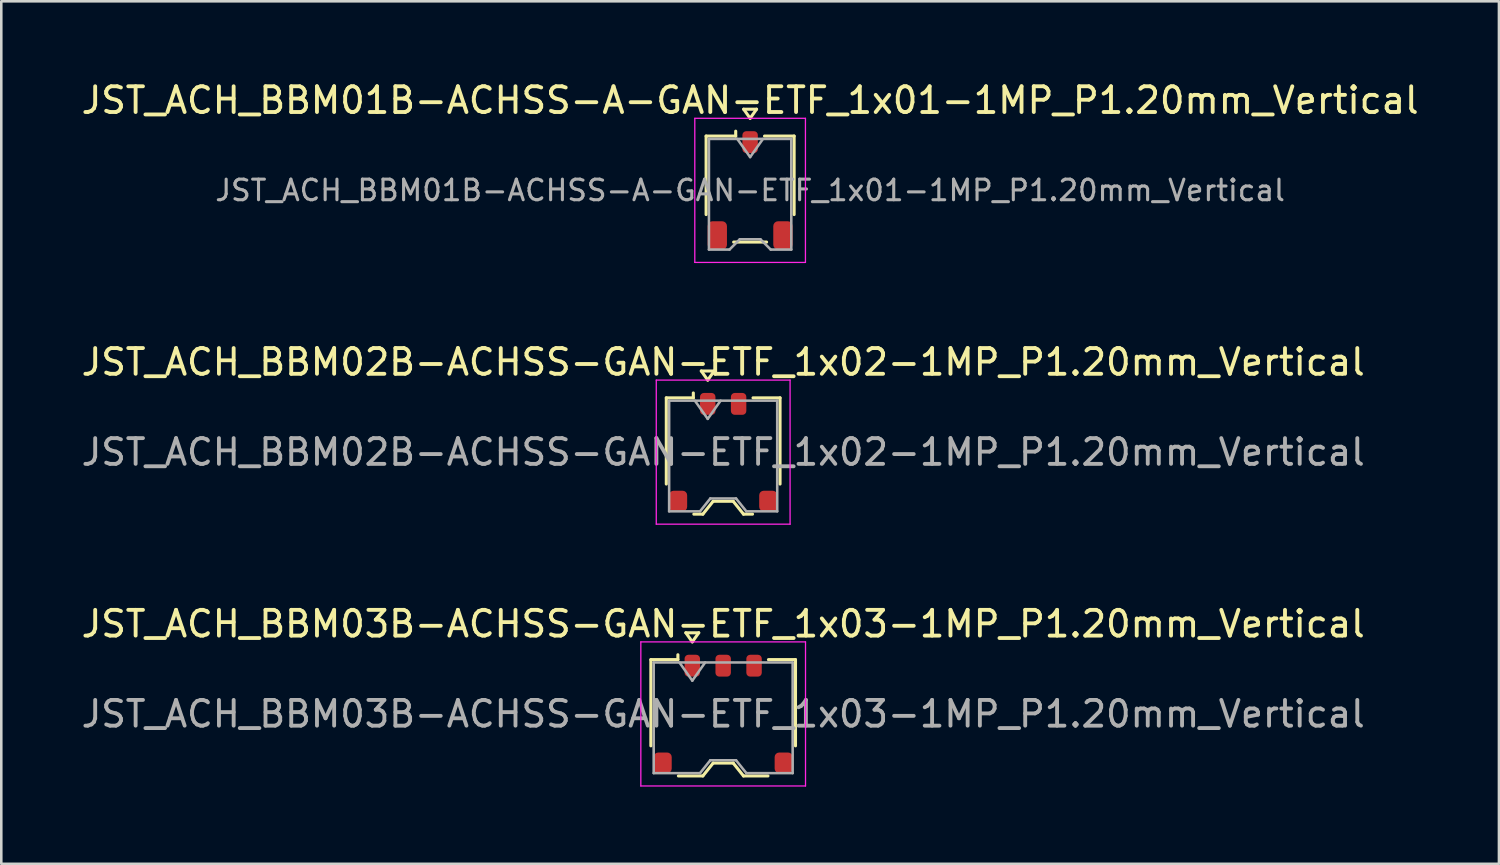
<source format=kicad_pcb>
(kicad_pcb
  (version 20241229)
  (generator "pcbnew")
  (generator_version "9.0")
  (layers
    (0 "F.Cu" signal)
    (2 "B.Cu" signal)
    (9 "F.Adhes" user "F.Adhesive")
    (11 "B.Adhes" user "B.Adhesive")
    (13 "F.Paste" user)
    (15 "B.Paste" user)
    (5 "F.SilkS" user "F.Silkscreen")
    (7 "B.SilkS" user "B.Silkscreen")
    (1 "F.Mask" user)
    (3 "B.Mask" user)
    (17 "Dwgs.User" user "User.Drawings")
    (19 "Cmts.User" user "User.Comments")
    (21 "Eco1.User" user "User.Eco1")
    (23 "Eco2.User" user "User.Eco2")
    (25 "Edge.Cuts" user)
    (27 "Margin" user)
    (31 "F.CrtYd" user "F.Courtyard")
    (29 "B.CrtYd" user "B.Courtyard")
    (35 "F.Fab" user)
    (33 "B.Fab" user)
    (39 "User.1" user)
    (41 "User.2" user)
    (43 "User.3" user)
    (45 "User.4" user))
  (footprint "JST_ACH_BBM02B-ACHSS-GAN-ETF_1x02-1MP_P1.20mm_Vertical"
    (layer "F.Cu")
    (at 25.054 14.521)
    (property "Reference" "JST_ACH_BBM02B-ACHSS-GAN-ETF_1x02-1MP_P1.20mm_Vertical" (at 0 -3.5 0) (layer "F.SilkS") (effects (font (size 1 1) (thickness 0.15))))
    (attr smd)
    (fp_line (start -2.21 -2.11) (end -1.16 -2.11) (stroke (width 0.12) (type solid)) (layer "F.SilkS"))
    (fp_line (start -2.21 1.24) (end -2.21 -2.11) (stroke (width 0.12) (type solid)) (layer "F.SilkS"))
    (fp_line (start -1.16 -2.11) (end -1.16 -2.3) (stroke (width 0.12) (type solid)) (layer "F.SilkS"))
    (fp_line (start -1.14 2.41) (end -0.79 2.41) (stroke (width 0.12) (type solid)) (layer "F.SilkS"))
    (fp_line (start -0.85 -3.154) (end -0.6 -2.8) (stroke (width 0.12) (type solid)) (layer "F.SilkS"))
    (fp_line (start -0.79 2.41) (end -0.39 1.91) (stroke (width 0.12) (type solid)) (layer "F.SilkS"))
    (fp_line (start -0.6 -2.8) (end -0.35 -3.154) (stroke (width 0.12) (type solid)) (layer "F.SilkS"))
    (fp_line (start -0.39 1.91) (end 0.39 1.91) (stroke (width 0.12) (type solid)) (layer "F.SilkS"))
    (fp_line (start -0.35 -3.154) (end -0.85 -3.154) (stroke (width 0.12) (type solid)) (layer "F.SilkS"))
    (fp_line (start 0.39 1.91) (end 0.79 2.41) (stroke (width 0.12) (type solid)) (layer "F.SilkS"))
    (fp_line (start 0.79 2.41) (end 1.14 2.41) (stroke (width 0.12) (type solid)) (layer "F.SilkS"))
    (fp_line (start 2.21 -2.11) (end 1.16 -2.11) (stroke (width 0.12) (type solid)) (layer "F.SilkS"))
    (fp_line (start 2.21 1.24) (end 2.21 -2.11) (stroke (width 0.12) (type solid)) (layer "F.SilkS"))
    (fp_line (start -2.6 -2.8) (end -2.6 2.8) (stroke (width 0.05) (type solid)) (layer "F.CrtYd"))
    (fp_line (start -2.6 2.8) (end 2.6 2.8) (stroke (width 0.05) (type solid)) (layer "F.CrtYd"))
    (fp_line (start 2.6 -2.8) (end -2.6 -2.8) (stroke (width 0.05) (type solid)) (layer "F.CrtYd"))
    (fp_line (start 2.6 2.8) (end 2.6 -2.8) (stroke (width 0.05) (type solid)) (layer "F.CrtYd"))
    (fp_line (start -2.1 -2) (end -2.1 2.3) (stroke (width 0.1) (type solid)) (layer "F.Fab"))
    (fp_line (start -2.1 -2) (end 2.1 -2) (stroke (width 0.1) (type solid)) (layer "F.Fab"))
    (fp_line (start -2.1 2.3) (end -0.9 2.3) (stroke (width 0.1) (type solid)) (layer "F.Fab"))
    (fp_line (start -1.1 -2) (end -0.6 -1.293) (stroke (width 0.1) (type solid)) (layer "F.Fab"))
    (fp_line (start -0.9 2.3) (end -0.5 1.8) (stroke (width 0.1) (type solid)) (layer "F.Fab"))
    (fp_line (start -0.6 -1.293) (end -0.1 -2) (stroke (width 0.1) (type solid)) (layer "F.Fab"))
    (fp_line (start -0.5 1.8) (end 0.5 1.8) (stroke (width 0.1) (type solid)) (layer "F.Fab"))
    (fp_line (start 0.5 1.8) (end 0.9 2.3) (stroke (width 0.1) (type solid)) (layer "F.Fab"))
    (fp_line (start 0.9 2.3) (end 2.1 2.3) (stroke (width 0.1) (type solid)) (layer "F.Fab"))
    (fp_line (start 2.1 -2) (end 2.1 2.3) (stroke (width 0.1) (type solid)) (layer "F.Fab"))
    (fp_text user "${REFERENCE}" (at 0 0 0) (layer "F.Fab") (effects (font (size 1 1) (thickness 0.15))))
    (pad "1" smd roundrect (at -0.6 -1.875) (size 0.6 0.85) (layers "F.Cu" "F.Mask" "F.Paste") (roundrect_rratio 0.25))
    (pad "2" smd roundrect (at 0.6 -1.875) (size 0.6 0.85) (layers "F.Cu" "F.Mask" "F.Paste") (roundrect_rratio 0.25))
    (pad "MP" smd roundrect (at -1.75 1.9) (size 0.7 0.8) (layers "F.Cu" "F.Mask" "F.Paste") (roundrect_rratio 0.25))
    (pad "MP" smd roundrect (at 1.75 1.9) (size 0.7 0.8) (layers "F.Cu" "F.Mask" "F.Paste") (roundrect_rratio 0.25)))
  (footprint "JST_ACH_BBM03B-ACHSS-GAN-ETF_1x03-1MP_P1.20mm_Vertical"
    (layer "F.Cu")
    (at 25.054 24.695)
    (property "Reference" "JST_ACH_BBM03B-ACHSS-GAN-ETF_1x03-1MP_P1.20mm_Vertical" (at 0 -3.5 0) (layer "F.SilkS") (effects (font (size 1 1) (thickness 0.15))))
    (attr smd)
    (fp_line (start -2.81 -2.11) (end -1.76 -2.11) (stroke (width 0.12) (type solid)) (layer "F.SilkS"))
    (fp_line (start -2.81 1.24) (end -2.81 -2.11) (stroke (width 0.12) (type solid)) (layer "F.SilkS"))
    (fp_line (start -1.76 -2.11) (end -1.76 -2.3) (stroke (width 0.12) (type solid)) (layer "F.SilkS"))
    (fp_line (start -1.74 2.41) (end -0.79 2.41) (stroke (width 0.12) (type solid)) (layer "F.SilkS"))
    (fp_line (start -1.45 -3.154) (end -1.2 -2.8) (stroke (width 0.12) (type solid)) (layer "F.SilkS"))
    (fp_line (start -1.2 -2.8) (end -0.95 -3.154) (stroke (width 0.12) (type solid)) (layer "F.SilkS"))
    (fp_line (start -0.95 -3.154) (end -1.45 -3.154) (stroke (width 0.12) (type solid)) (layer "F.SilkS"))
    (fp_line (start -0.79 2.41) (end -0.39 1.91) (stroke (width 0.12) (type solid)) (layer "F.SilkS"))
    (fp_line (start -0.39 1.91) (end 0.39 1.91) (stroke (width 0.12) (type solid)) (layer "F.SilkS"))
    (fp_line (start 0.39 1.91) (end 0.79 2.41) (stroke (width 0.12) (type solid)) (layer "F.SilkS"))
    (fp_line (start 0.79 2.41) (end 1.74 2.41) (stroke (width 0.12) (type solid)) (layer "F.SilkS"))
    (fp_line (start 2.81 -2.11) (end 1.76 -2.11) (stroke (width 0.12) (type solid)) (layer "F.SilkS"))
    (fp_line (start 2.81 1.24) (end 2.81 -2.11) (stroke (width 0.12) (type solid)) (layer "F.SilkS"))
    (fp_line (start -3.2 -2.8) (end -3.2 2.8) (stroke (width 0.05) (type solid)) (layer "F.CrtYd"))
    (fp_line (start -3.2 2.8) (end 3.2 2.8) (stroke (width 0.05) (type solid)) (layer "F.CrtYd"))
    (fp_line (start 3.2 -2.8) (end -3.2 -2.8) (stroke (width 0.05) (type solid)) (layer "F.CrtYd"))
    (fp_line (start 3.2 2.8) (end 3.2 -2.8) (stroke (width 0.05) (type solid)) (layer "F.CrtYd"))
    (fp_line (start -2.7 -2) (end -2.7 2.3) (stroke (width 0.1) (type solid)) (layer "F.Fab"))
    (fp_line (start -2.7 -2) (end 2.7 -2) (stroke (width 0.1) (type solid)) (layer "F.Fab"))
    (fp_line (start -2.7 2.3) (end -0.9 2.3) (stroke (width 0.1) (type solid)) (layer "F.Fab"))
    (fp_line (start -1.7 -2) (end -1.2 -1.293) (stroke (width 0.1) (type solid)) (layer "F.Fab"))
    (fp_line (start -1.2 -1.293) (end -0.7 -2) (stroke (width 0.1) (type solid)) (layer "F.Fab"))
    (fp_line (start -0.9 2.3) (end -0.5 1.8) (stroke (width 0.1) (type solid)) (layer "F.Fab"))
    (fp_line (start -0.5 1.8) (end 0.5 1.8) (stroke (width 0.1) (type solid)) (layer "F.Fab"))
    (fp_line (start 0.5 1.8) (end 0.9 2.3) (stroke (width 0.1) (type solid)) (layer "F.Fab"))
    (fp_line (start 0.9 2.3) (end 2.7 2.3) (stroke (width 0.1) (type solid)) (layer "F.Fab"))
    (fp_line (start 2.7 -2) (end 2.7 2.3) (stroke (width 0.1) (type solid)) (layer "F.Fab"))
    (fp_text user "${REFERENCE}" (at 0 0 0) (layer "F.Fab") (effects (font (size 1 1) (thickness 0.15))))
    (pad "1" smd roundrect (at -1.2 -1.875) (size 0.6 0.85) (layers "F.Cu" "F.Mask" "F.Paste") (roundrect_rratio 0.25))
    (pad "2" smd roundrect (at 0 -1.875) (size 0.6 0.85) (layers "F.Cu" "F.Mask" "F.Paste") (roundrect_rratio 0.25))
    (pad "3" smd roundrect (at 1.2 -1.875) (size 0.6 0.85) (layers "F.Cu" "F.Mask" "F.Paste") (roundrect_rratio 0.25))
    (pad "MP" smd roundrect (at -2.35 1.9) (size 0.7 0.8) (layers "F.Cu" "F.Mask" "F.Paste") (roundrect_rratio 0.25))
    (pad "MP" smd roundrect (at 2.35 1.9) (size 0.7 0.8) (layers "F.Cu" "F.Mask" "F.Paste") (roundrect_rratio 0.25)))
  (footprint "JST_ACH_BBM01B-ACHSS-A-GAN-ETF_1x01-1MP_P1.20mm_Vertical"
    (layer "F.Cu")
    (at 26.101 4.348)
    (property "Reference" "JST_ACH_BBM01B-ACHSS-A-GAN-ETF_1x01-1MP_P1.20mm_Vertical" (at 0 -3.5 0) (layer "F.SilkS") (effects (font (size 1 1) (thickness 0.15))))
    (attr smd)
    (fp_line (start -1.71 -2.11) (end -0.56 -2.11) (stroke (width 0.12) (type solid)) (layer "F.SilkS"))
    (fp_line (start -1.71 0.94) (end -1.71 -2.11) (stroke (width 0.12) (type solid)) (layer "F.SilkS"))
    (fp_line (start -0.64 2.01) (end 0.64 2.01) (stroke (width 0.12) (type solid)) (layer "F.SilkS"))
    (fp_line (start -0.56 -2.11) (end -0.56 -2.3) (stroke (width 0.12) (type solid)) (layer "F.SilkS"))
    (fp_line (start -0.25 -3.154) (end 0 -2.8) (stroke (width 0.12) (type solid)) (layer "F.SilkS"))
    (fp_line (start 0 -2.8) (end 0.25 -3.154) (stroke (width 0.12) (type solid)) (layer "F.SilkS"))
    (fp_line (start 0.25 -3.154) (end -0.25 -3.154) (stroke (width 0.12) (type solid)) (layer "F.SilkS"))
    (fp_line (start 1.71 -2.11) (end 0.56 -2.11) (stroke (width 0.12) (type solid)) (layer "F.SilkS"))
    (fp_line (start 1.71 0.94) (end 1.71 -2.11) (stroke (width 0.12) (type solid)) (layer "F.SilkS"))
    (fp_line (start -2.15 -2.8) (end -2.15 2.8) (stroke (width 0.05) (type solid)) (layer "F.CrtYd"))
    (fp_line (start -2.15 2.8) (end 2.15 2.8) (stroke (width 0.05) (type solid)) (layer "F.CrtYd"))
    (fp_line (start 2.15 -2.8) (end -2.15 -2.8) (stroke (width 0.05) (type solid)) (layer "F.CrtYd"))
    (fp_line (start 2.15 2.8) (end 2.15 -2.8) (stroke (width 0.05) (type solid)) (layer "F.CrtYd"))
    (fp_line (start -1.6 -2) (end -1.6 2.3) (stroke (width 0.1) (type solid)) (layer "F.Fab"))
    (fp_line (start -1.6 -2) (end 1.6 -2) (stroke (width 0.1) (type solid)) (layer "F.Fab"))
    (fp_line (start -1.6 2.3) (end -0.8 2.3) (stroke (width 0.1) (type solid)) (layer "F.Fab"))
    (fp_line (start -0.8 2.3) (end -0.4 1.9) (stroke (width 0.1) (type solid)) (layer "F.Fab"))
    (fp_line (start -0.5 -2) (end 0 -1.293) (stroke (width 0.1) (type solid)) (layer "F.Fab"))
    (fp_line (start -0.4 1.9) (end 0.4 1.9) (stroke (width 0.1) (type solid)) (layer "F.Fab"))
    (fp_line (start 0 -1.293) (end 0.5 -2) (stroke (width 0.1) (type solid)) (layer "F.Fab"))
    (fp_line (start 0.4 1.9) (end 0.8 2.3) (stroke (width 0.1) (type solid)) (layer "F.Fab"))
    (fp_line (start 0.8 2.3) (end 1.6 2.3) (stroke (width 0.1) (type solid)) (layer "F.Fab"))
    (fp_line (start 1.6 -2) (end 1.6 2.3) (stroke (width 0.1) (type solid)) (layer "F.Fab"))
    (fp_text user "${REFERENCE}" (at 0 0 0) (layer "F.Fab") (effects (font (size 0.8 0.8) (thickness 0.12))))
    (pad "1" smd roundrect (at 0 -1.875) (size 0.6 0.85) (layers "F.Cu" "F.Mask" "F.Paste") (roundrect_rratio 0.25))
    (pad "MP" smd roundrect (at -1.275 1.75) (size 0.75 1.1) (layers "F.Cu" "F.Mask" "F.Paste") (roundrect_rratio 0.25))
    (pad "MP" smd roundrect (at 1.275 1.75) (size 0.75 1.1) (layers "F.Cu" "F.Mask" "F.Paste") (roundrect_rratio 0.25)))
  (gr_rect
    (start -3 -3)
    (end 55.202 30.52)
    (stroke (width 0.1) (type default))
    (fill no)
    (layer "Edge.Cuts")))
</source>
